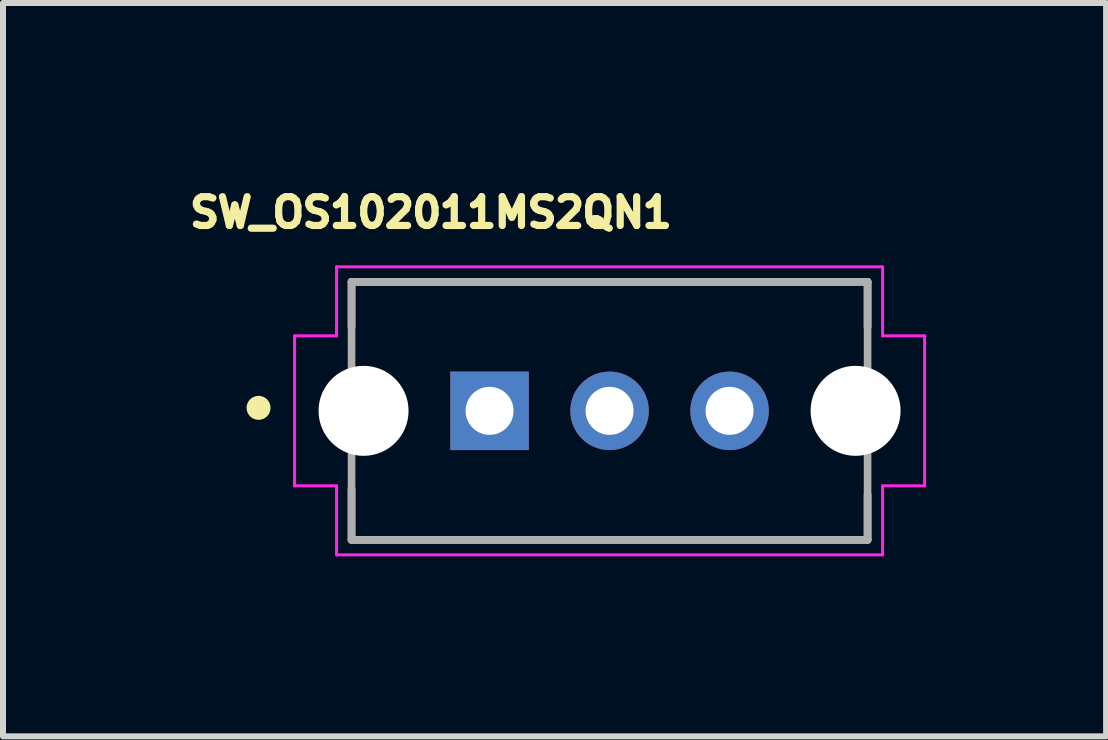
<source format=kicad_pcb>
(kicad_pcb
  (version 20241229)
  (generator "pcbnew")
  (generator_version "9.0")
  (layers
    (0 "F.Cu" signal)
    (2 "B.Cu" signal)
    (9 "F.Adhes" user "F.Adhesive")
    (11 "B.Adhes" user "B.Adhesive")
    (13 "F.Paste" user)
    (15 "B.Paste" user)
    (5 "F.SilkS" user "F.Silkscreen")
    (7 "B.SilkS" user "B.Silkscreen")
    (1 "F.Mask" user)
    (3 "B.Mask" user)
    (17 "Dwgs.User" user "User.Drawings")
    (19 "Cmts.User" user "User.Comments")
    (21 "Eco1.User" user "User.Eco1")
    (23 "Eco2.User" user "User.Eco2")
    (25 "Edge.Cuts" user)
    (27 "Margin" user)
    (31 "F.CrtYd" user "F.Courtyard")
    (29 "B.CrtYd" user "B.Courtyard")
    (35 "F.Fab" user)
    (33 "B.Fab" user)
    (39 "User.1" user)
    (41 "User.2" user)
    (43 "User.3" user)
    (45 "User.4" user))
  (footprint "SW_OS102011MS2QN1"
    (layer "F.Cu")
    (at 7.109 3.797)
    (property "Reference" "SW_OS102011MS2QN1" (at -2.977 -3.305 0) (layer "F.SilkS") (effects (font (size 0.48 0.48) (thickness 0.15))))
    (attr through_hole)
    (fp_line (start -4.3 -2.15) (end -4.3 -1.4) (stroke (width 0.127) (type solid)) (layer "F.SilkS"))
    (fp_line (start -4.3 1.3) (end -4.3 2.15) (stroke (width 0.127) (type solid)) (layer "F.SilkS"))
    (fp_line (start -4.3 2.15) (end 4.3 2.15) (stroke (width 0.127) (type solid)) (layer "F.SilkS"))
    (fp_line (start 4.3 -2.15) (end -4.3 -2.15) (stroke (width 0.127) (type solid)) (layer "F.SilkS"))
    (fp_line (start 4.3 -1.4) (end 4.3 -2.15) (stroke (width 0.127) (type solid)) (layer "F.SilkS"))
    (fp_line (start 4.3 2.15) (end 4.3 1.4) (stroke (width 0.127) (type solid)) (layer "F.SilkS"))
    (fp_circle (center -5.85 -0.05) (end -5.75 -0.05) (stroke (width 0.2) (type solid)) (fill no) (layer "F.SilkS"))
    (fp_line (start -5.25 -1.25) (end -4.55 -1.25) (stroke (width 0.05) (type solid)) (layer "F.CrtYd"))
    (fp_line (start -5.25 1.25) (end -5.25 -1.25) (stroke (width 0.05) (type solid)) (layer "F.CrtYd"))
    (fp_line (start -4.55 -2.4) (end 4.55 -2.4) (stroke (width 0.05) (type solid)) (layer "F.CrtYd"))
    (fp_line (start -4.55 -1.25) (end -4.55 -2.4) (stroke (width 0.05) (type solid)) (layer "F.CrtYd"))
    (fp_line (start -4.55 1.25) (end -5.25 1.25) (stroke (width 0.05) (type solid)) (layer "F.CrtYd"))
    (fp_line (start -4.55 2.4) (end -4.55 1.25) (stroke (width 0.05) (type solid)) (layer "F.CrtYd"))
    (fp_line (start 4.55 -2.4) (end 4.55 -1.25) (stroke (width 0.05) (type solid)) (layer "F.CrtYd"))
    (fp_line (start 4.55 -1.25) (end 5.25 -1.25) (stroke (width 0.05) (type solid)) (layer "F.CrtYd"))
    (fp_line (start 4.55 1.25) (end 4.55 2.4) (stroke (width 0.05) (type solid)) (layer "F.CrtYd"))
    (fp_line (start 4.55 2.4) (end -4.55 2.4) (stroke (width 0.05) (type solid)) (layer "F.CrtYd"))
    (fp_line (start 5.25 -1.25) (end 5.25 1.25) (stroke (width 0.05) (type solid)) (layer "F.CrtYd"))
    (fp_line (start 5.25 1.25) (end 4.55 1.25) (stroke (width 0.05) (type solid)) (layer "F.CrtYd"))
    (fp_line (start -4.3 -2.15) (end 4.3 -2.15) (stroke (width 0.127) (type solid)) (layer "F.Fab"))
    (fp_line (start -4.3 2.15) (end -4.3 -2.15) (stroke (width 0.127) (type solid)) (layer "F.Fab"))
    (fp_line (start 4.3 -2.15) (end 4.3 2.15) (stroke (width 0.127) (type solid)) (layer "F.Fab"))
    (fp_line (start 4.3 2.15) (end -4.3 2.15) (stroke (width 0.127) (type solid)) (layer "F.Fab"))
    (fp_circle (center -2.1 -0.05) (end -2 -0.05) (stroke (width 0.2) (type solid)) (fill no) (layer "F.Fab"))
    (pad "" np_thru_hole circle (at -4.1 0) (size 1.5 1.5) (drill 1.5) (layers "*.Cu" "*.Mask"))
    (pad "" np_thru_hole circle (at 4.1 0) (size 1.5 1.5) (drill 1.5) (layers "*.Cu" "*.Mask"))
    (pad "1" thru_hole rect (at -2 0) (size 1.308 1.308) (drill 0.8) (layers "*.Cu" "*.Mask"))
    (pad "2" thru_hole circle (at 0 0) (size 1.308 1.308) (drill 0.8) (layers "*.Cu" "*.Mask"))
    (pad "3" thru_hole circle (at 2 0) (size 1.308 1.308) (drill 0.8) (layers "*.Cu" "*.Mask")))
  (gr_rect
    (start -3 -3)
    (end 15.384 9.222)
    (stroke (width 0.1) (type default))
    (fill no)
    (layer "Edge.Cuts")))
</source>
